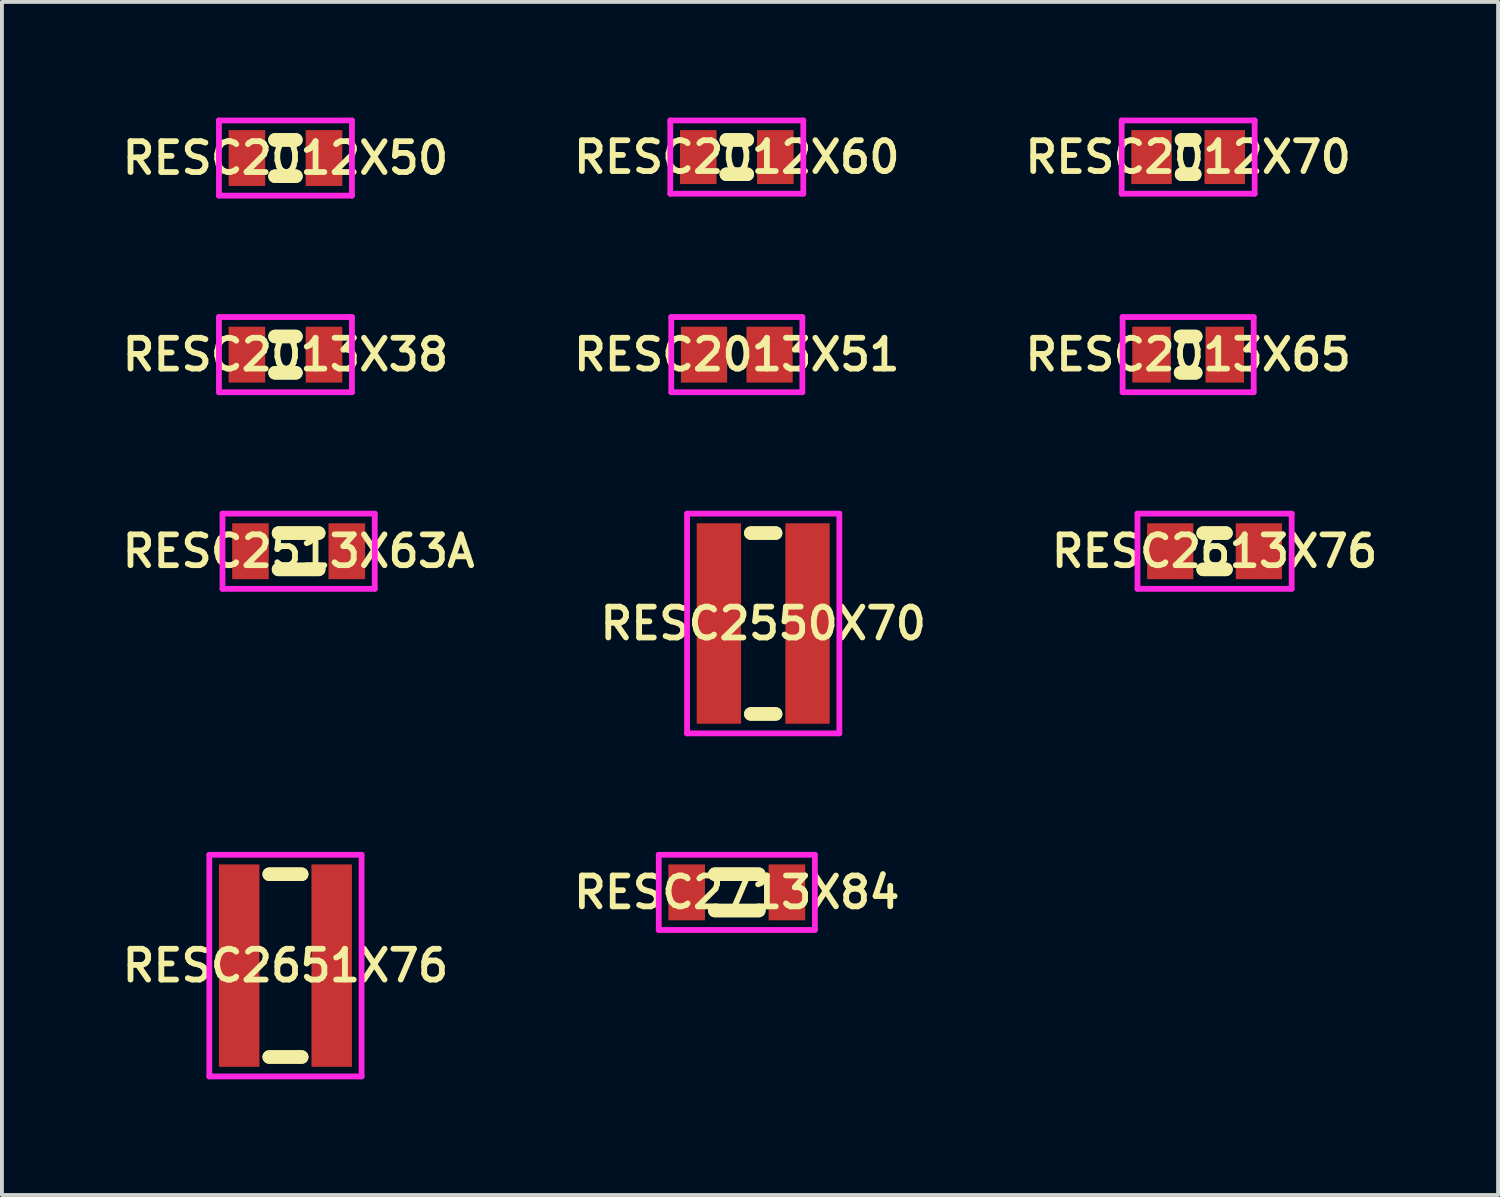
<source format=kicad_pcb>
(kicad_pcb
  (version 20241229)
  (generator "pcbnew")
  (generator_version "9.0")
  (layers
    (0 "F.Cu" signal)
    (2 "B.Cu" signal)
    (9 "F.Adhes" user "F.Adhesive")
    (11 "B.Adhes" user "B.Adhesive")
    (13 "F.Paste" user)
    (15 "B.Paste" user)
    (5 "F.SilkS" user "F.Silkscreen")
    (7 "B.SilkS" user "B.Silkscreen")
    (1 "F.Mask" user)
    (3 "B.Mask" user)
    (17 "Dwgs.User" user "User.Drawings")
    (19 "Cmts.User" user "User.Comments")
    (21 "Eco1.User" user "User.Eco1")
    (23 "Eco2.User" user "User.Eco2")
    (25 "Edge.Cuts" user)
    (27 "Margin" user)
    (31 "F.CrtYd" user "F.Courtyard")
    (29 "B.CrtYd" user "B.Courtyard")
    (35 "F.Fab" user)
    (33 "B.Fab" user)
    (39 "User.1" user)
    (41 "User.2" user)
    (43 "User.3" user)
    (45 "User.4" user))
  (footprint "RESC2713X84"
    (layer "F.Cu")
    (at 16.064 20.1)
    (property "Reference" "RESC2713X84" (at 0 0 0) (layer "F.SilkS") (effects (font (size 0.8 0.8) (thickness 0.15))))
    (attr smd)
    (fp_line (start -0.571 -0.471) (end 0.571 -0.471) (stroke (width 0.35) (type solid)) (layer "F.SilkS"))
    (fp_line (start -0.571 0.471) (end 0.571 0.471) (stroke (width 0.35) (type solid)) (layer "F.SilkS"))
    (fp_line (start 0.571 -0.471) (end -0.571 -0.471) (stroke (width 0.35) (type solid)) (layer "F.SilkS"))
    (fp_line (start 0.571 0.471) (end -0.571 0.471) (stroke (width 0.35) (type solid)) (layer "F.SilkS"))
    (fp_line (start -2.025 -0.975) (end 2.025 -0.975) (stroke (width 0.15) (type solid)) (layer "F.CrtYd"))
    (fp_line (start -2.025 0.975) (end -2.025 -0.975) (stroke (width 0.15) (type solid)) (layer "F.CrtYd"))
    (fp_line (start 2.025 -0.975) (end 2.025 0.975) (stroke (width 0.15) (type solid)) (layer "F.CrtYd"))
    (fp_line (start 2.025 0.975) (end -2.025 0.975) (stroke (width 0.15) (type solid)) (layer "F.CrtYd"))
    (pad "1" smd rect (at -1.3 0) (size 0.95 1.45) (layers "F.Cu" "F.Mask" "F.Paste"))
    (pad "2" smd rect (at 1.3 0) (size 0.95 1.45) (layers "F.Cu" "F.Mask" "F.Paste")))
  (footprint "RESC2613X76"
    (layer "F.Cu")
    (at 28.458 11.25)
    (property "Reference" "RESC2613X76" (at 0 0 0) (layer "F.SilkS") (effects (font (size 0.8 0.8) (thickness 0.15))))
    (attr smd)
    (fp_line (start -0.296 -0.471) (end 0.296 -0.471) (stroke (width 0.35) (type solid)) (layer "F.SilkS"))
    (fp_line (start -0.296 0.471) (end 0.296 0.471) (stroke (width 0.35) (type solid)) (layer "F.SilkS"))
    (fp_line (start 0.296 -0.471) (end -0.296 -0.471) (stroke (width 0.35) (type solid)) (layer "F.SilkS"))
    (fp_line (start 0.296 0.471) (end -0.296 0.471) (stroke (width 0.35) (type solid)) (layer "F.SilkS"))
    (fp_line (start -2 -0.975) (end 2 -0.975) (stroke (width 0.15) (type solid)) (layer "F.CrtYd"))
    (fp_line (start -2 0.975) (end -2 -0.975) (stroke (width 0.15) (type solid)) (layer "F.CrtYd"))
    (fp_line (start 2 -0.975) (end 2 0.975) (stroke (width 0.15) (type solid)) (layer "F.CrtYd"))
    (fp_line (start 2 0.975) (end -2 0.975) (stroke (width 0.15) (type solid)) (layer "F.CrtYd"))
    (pad "1" smd rect (at -1.15 0) (size 1.2 1.45) (layers "F.Cu" "F.Mask" "F.Paste"))
    (pad "2" smd rect (at 1.15 0) (size 1.2 1.45) (layers "F.Cu" "F.Mask" "F.Paste")))
  (footprint "RESC2651X76"
    (layer "F.Cu")
    (at 4.355 22)
    (property "Reference" "RESC2651X76" (at 0 0 0) (layer "F.SilkS") (effects (font (size 0.8 0.8) (thickness 0.15))))
    (attr smd)
    (fp_line (start -0.421 -2.371) (end 0.421 -2.371) (stroke (width 0.35) (type solid)) (layer "F.SilkS"))
    (fp_line (start -0.421 2.371) (end 0.421 2.371) (stroke (width 0.35) (type solid)) (layer "F.SilkS"))
    (fp_line (start 0.421 -2.371) (end -0.421 -2.371) (stroke (width 0.35) (type solid)) (layer "F.SilkS"))
    (fp_line (start 0.421 2.371) (end -0.421 2.371) (stroke (width 0.35) (type solid)) (layer "F.SilkS"))
    (fp_line (start -1.975 -2.875) (end 1.975 -2.875) (stroke (width 0.15) (type solid)) (layer "F.CrtYd"))
    (fp_line (start -1.975 2.875) (end -1.975 -2.875) (stroke (width 0.15) (type solid)) (layer "F.CrtYd"))
    (fp_line (start 1.975 -2.875) (end 1.975 2.875) (stroke (width 0.15) (type solid)) (layer "F.CrtYd"))
    (fp_line (start 1.975 2.875) (end -1.975 2.875) (stroke (width 0.15) (type solid)) (layer "F.CrtYd"))
    (pad "1" smd rect (at -1.2 0) (size 1.05 5.25) (layers "F.Cu" "F.Mask" "F.Paste"))
    (pad "2" smd rect (at 1.2 0) (size 1.05 5.25) (layers "F.Cu" "F.Mask" "F.Paste")))
  (footprint "RESC2513X63A"
    (layer "F.Cu")
    (at 4.697 11.25)
    (property "Reference" "RESC2513X63A" (at 0 0 0) (layer "F.SilkS") (effects (font (size 0.8 0.8) (thickness 0.15))))
    (attr smd)
    (fp_line (start -0.521 -0.471) (end 0.521 -0.471) (stroke (width 0.35) (type solid)) (layer "F.SilkS"))
    (fp_line (start -0.521 0.471) (end 0.521 0.471) (stroke (width 0.35) (type solid)) (layer "F.SilkS"))
    (fp_line (start 0.521 -0.471) (end -0.521 -0.471) (stroke (width 0.35) (type solid)) (layer "F.SilkS"))
    (fp_line (start 0.521 0.471) (end -0.521 0.471) (stroke (width 0.35) (type solid)) (layer "F.SilkS"))
    (fp_line (start -1.975 -0.975) (end 1.975 -0.975) (stroke (width 0.15) (type solid)) (layer "F.CrtYd"))
    (fp_line (start -1.975 0.975) (end -1.975 -0.975) (stroke (width 0.15) (type solid)) (layer "F.CrtYd"))
    (fp_line (start 1.975 -0.975) (end 1.975 0.975) (stroke (width 0.15) (type solid)) (layer "F.CrtYd"))
    (fp_line (start 1.975 0.975) (end -1.975 0.975) (stroke (width 0.15) (type solid)) (layer "F.CrtYd"))
    (pad "1" smd rect (at -1.25 0) (size 0.95 1.45) (layers "F.Cu" "F.Mask" "F.Paste"))
    (pad "2" smd rect (at 1.25 0) (size 0.95 1.45) (layers "F.Cu" "F.Mask" "F.Paste")))
  (footprint "RESC2550X70"
    (layer "F.Cu")
    (at 16.749 13.125)
    (property "Reference" "RESC2550X70" (at 0 0 0) (layer "F.SilkS") (effects (font (size 0.8 0.8) (thickness 0.15))))
    (attr smd)
    (fp_line (start -0.321 -2.346) (end 0.321 -2.346) (stroke (width 0.35) (type solid)) (layer "F.SilkS"))
    (fp_line (start -0.321 2.346) (end 0.321 2.346) (stroke (width 0.35) (type solid)) (layer "F.SilkS"))
    (fp_line (start 0.321 -2.346) (end -0.321 -2.346) (stroke (width 0.35) (type solid)) (layer "F.SilkS"))
    (fp_line (start 0.321 2.346) (end -0.321 2.346) (stroke (width 0.35) (type solid)) (layer "F.SilkS"))
    (fp_line (start -1.975 -2.85) (end 1.975 -2.85) (stroke (width 0.15) (type solid)) (layer "F.CrtYd"))
    (fp_line (start -1.975 2.85) (end -1.975 -2.85) (stroke (width 0.15) (type solid)) (layer "F.CrtYd"))
    (fp_line (start 1.975 -2.85) (end 1.975 2.85) (stroke (width 0.15) (type solid)) (layer "F.CrtYd"))
    (fp_line (start 1.975 2.85) (end -1.975 2.85) (stroke (width 0.15) (type solid)) (layer "F.CrtYd"))
    (pad "1" smd rect (at -1.15 0) (size 1.15 5.2) (layers "F.Cu" "F.Mask" "F.Paste"))
    (pad "2" smd rect (at 1.15 0) (size 1.15 5.2) (layers "F.Cu" "F.Mask" "F.Paste")))
  (footprint "RESC2012X70"
    (layer "F.Cu")
    (at 27.773 1.025)
    (property "Reference" "RESC2012X70" (at 0 0 0) (layer "F.SilkS") (effects (font (size 0.8 0.8) (thickness 0.15))))
    (attr smd)
    (fp_line (start -0.171 -0.446) (end 0.171 -0.446) (stroke (width 0.35) (type solid)) (layer "F.SilkS"))
    (fp_line (start -0.171 0.446) (end 0.171 0.446) (stroke (width 0.35) (type solid)) (layer "F.SilkS"))
    (fp_line (start 0.171 -0.446) (end -0.171 -0.446) (stroke (width 0.35) (type solid)) (layer "F.SilkS"))
    (fp_line (start 0.171 0.446) (end -0.171 0.446) (stroke (width 0.35) (type solid)) (layer "F.SilkS"))
    (fp_line (start -1.725 -0.95) (end 1.725 -0.95) (stroke (width 0.15) (type solid)) (layer "F.CrtYd"))
    (fp_line (start -1.725 0.95) (end -1.725 -0.95) (stroke (width 0.15) (type solid)) (layer "F.CrtYd"))
    (fp_line (start 1.725 -0.95) (end 1.725 0.95) (stroke (width 0.15) (type solid)) (layer "F.CrtYd"))
    (fp_line (start 1.725 0.95) (end -1.725 0.95) (stroke (width 0.15) (type solid)) (layer "F.CrtYd"))
    (pad "1" smd rect (at -0.95 0) (size 1.05 1.4) (layers "F.Cu" "F.Mask" "F.Paste"))
    (pad "2" smd rect (at 0.95 0) (size 1.05 1.4) (layers "F.Cu" "F.Mask" "F.Paste")))
  (footprint "RESC2012X50"
    (layer "F.Cu")
    (at 4.355 1.05)
    (property "Reference" "RESC2012X50" (at 0 0 0) (layer "F.SilkS") (effects (font (size 0.8 0.8) (thickness 0.15))))
    (attr smd)
    (fp_line (start -0.271 -0.471) (end 0.271 -0.471) (stroke (width 0.35) (type solid)) (layer "F.SilkS"))
    (fp_line (start -0.271 0.471) (end 0.271 0.471) (stroke (width 0.35) (type solid)) (layer "F.SilkS"))
    (fp_line (start 0.271 -0.471) (end -0.271 -0.471) (stroke (width 0.35) (type solid)) (layer "F.SilkS"))
    (fp_line (start 0.271 0.471) (end -0.271 0.471) (stroke (width 0.35) (type solid)) (layer "F.SilkS"))
    (fp_line (start -1.725 -0.975) (end 1.725 -0.975) (stroke (width 0.15) (type solid)) (layer "F.CrtYd"))
    (fp_line (start -1.725 0.975) (end -1.725 -0.975) (stroke (width 0.15) (type solid)) (layer "F.CrtYd"))
    (fp_line (start 1.725 -0.975) (end 1.725 0.975) (stroke (width 0.15) (type solid)) (layer "F.CrtYd"))
    (fp_line (start 1.725 0.975) (end -1.725 0.975) (stroke (width 0.15) (type solid)) (layer "F.CrtYd"))
    (pad "1" smd rect (at -1 0) (size 0.95 1.45) (layers "F.Cu" "F.Mask" "F.Paste"))
    (pad "2" smd rect (at 1 0) (size 0.95 1.45) (layers "F.Cu" "F.Mask" "F.Paste")))
  (footprint "RESC2013X38"
    (layer "F.Cu")
    (at 4.355 6.15)
    (property "Reference" "RESC2013X38" (at 0 0 0) (layer "F.SilkS") (effects (font (size 0.8 0.8) (thickness 0.15))))
    (attr smd)
    (fp_line (start -0.271 -0.471) (end 0.271 -0.471) (stroke (width 0.35) (type solid)) (layer "F.SilkS"))
    (fp_line (start -0.271 0.471) (end 0.271 0.471) (stroke (width 0.35) (type solid)) (layer "F.SilkS"))
    (fp_line (start 0.271 -0.471) (end -0.271 -0.471) (stroke (width 0.35) (type solid)) (layer "F.SilkS"))
    (fp_line (start 0.271 0.471) (end -0.271 0.471) (stroke (width 0.35) (type solid)) (layer "F.SilkS"))
    (fp_line (start -1.725 -0.975) (end 1.725 -0.975) (stroke (width 0.15) (type solid)) (layer "F.CrtYd"))
    (fp_line (start -1.725 0.975) (end -1.725 -0.975) (stroke (width 0.15) (type solid)) (layer "F.CrtYd"))
    (fp_line (start 1.725 -0.975) (end 1.725 0.975) (stroke (width 0.15) (type solid)) (layer "F.CrtYd"))
    (fp_line (start 1.725 0.975) (end -1.725 0.975) (stroke (width 0.15) (type solid)) (layer "F.CrtYd"))
    (pad "1" smd rect (at -1 0) (size 0.95 1.45) (layers "F.Cu" "F.Mask" "F.Paste"))
    (pad "2" smd rect (at 1 0) (size 0.95 1.45) (layers "F.Cu" "F.Mask" "F.Paste")))
  (footprint "RESC2013X65"
    (layer "F.Cu")
    (at 27.773 6.15)
    (property "Reference" "RESC2013X65" (at 0 0 0) (layer "F.SilkS") (effects (font (size 0.8 0.8) (thickness 0.15))))
    (attr smd)
    (fp_line (start -0.196 -0.471) (end 0.196 -0.471) (stroke (width 0.35) (type solid)) (layer "F.SilkS"))
    (fp_line (start -0.196 0.471) (end 0.196 0.471) (stroke (width 0.35) (type solid)) (layer "F.SilkS"))
    (fp_line (start 0.196 -0.471) (end -0.196 -0.471) (stroke (width 0.35) (type solid)) (layer "F.SilkS"))
    (fp_line (start 0.196 0.471) (end -0.196 0.471) (stroke (width 0.35) (type solid)) (layer "F.SilkS"))
    (fp_line (start -1.7 -0.975) (end 1.7 -0.975) (stroke (width 0.15) (type solid)) (layer "F.CrtYd"))
    (fp_line (start -1.7 0.975) (end -1.7 -0.975) (stroke (width 0.15) (type solid)) (layer "F.CrtYd"))
    (fp_line (start 1.7 -0.975) (end 1.7 0.975) (stroke (width 0.15) (type solid)) (layer "F.CrtYd"))
    (fp_line (start 1.7 0.975) (end -1.7 0.975) (stroke (width 0.15) (type solid)) (layer "F.CrtYd"))
    (pad "1" smd rect (at -0.95 0) (size 1 1.45) (layers "F.Cu" "F.Mask" "F.Paste"))
    (pad "2" smd rect (at 0.95 0) (size 1 1.45) (layers "F.Cu" "F.Mask" "F.Paste")))
  (footprint "RESC2013X51"
    (layer "F.Cu")
    (at 16.064 6.15)
    (property "Reference" "RESC2013X51" (at 0 0 0) (layer "F.SilkS") (effects (font (size 0.8 0.8) (thickness 0.15))))
    (attr smd)
    (fp_line (start -1.7 -0.975) (end 1.7 -0.975) (stroke (width 0.15) (type solid)) (layer "F.CrtYd"))
    (fp_line (start -1.7 0.975) (end -1.7 -0.975) (stroke (width 0.15) (type solid)) (layer "F.CrtYd"))
    (fp_line (start 1.7 -0.975) (end 1.7 0.975) (stroke (width 0.15) (type solid)) (layer "F.CrtYd"))
    (fp_line (start 1.7 0.975) (end -1.7 0.975) (stroke (width 0.15) (type solid)) (layer "F.CrtYd"))
    (pad "1" smd rect (at -0.85 0) (size 1.2 1.45) (layers "F.Cu" "F.Mask" "F.Paste"))
    (pad "2" smd rect (at 0.85 0) (size 1.2 1.45) (layers "F.Cu" "F.Mask" "F.Paste")))
  (footprint "RESC2012X60"
    (layer "F.Cu")
    (at 16.064 1.025)
    (property "Reference" "RESC2012X60" (at 0 0 0) (layer "F.SilkS") (effects (font (size 0.8 0.8) (thickness 0.15))))
    (attr smd)
    (fp_line (start -0.271 -0.446) (end 0.271 -0.446) (stroke (width 0.35) (type solid)) (layer "F.SilkS"))
    (fp_line (start -0.271 0.446) (end 0.271 0.446) (stroke (width 0.35) (type solid)) (layer "F.SilkS"))
    (fp_line (start 0.271 -0.446) (end -0.271 -0.446) (stroke (width 0.35) (type solid)) (layer "F.SilkS"))
    (fp_line (start 0.271 0.446) (end -0.271 0.446) (stroke (width 0.35) (type solid)) (layer "F.SilkS"))
    (fp_line (start -1.725 -0.95) (end 1.725 -0.95) (stroke (width 0.15) (type solid)) (layer "F.CrtYd"))
    (fp_line (start -1.725 0.95) (end -1.725 -0.95) (stroke (width 0.15) (type solid)) (layer "F.CrtYd"))
    (fp_line (start 1.725 -0.95) (end 1.725 0.95) (stroke (width 0.15) (type solid)) (layer "F.CrtYd"))
    (fp_line (start 1.725 0.95) (end -1.725 0.95) (stroke (width 0.15) (type solid)) (layer "F.CrtYd"))
    (pad "1" smd rect (at -1 0) (size 0.95 1.4) (layers "F.Cu" "F.Mask" "F.Paste"))
    (pad "2" smd rect (at 1 0) (size 0.95 1.4) (layers "F.Cu" "F.Mask" "F.Paste")))
  (gr_rect
    (start -3 -3)
    (end 35.813 27.95)
    (stroke (width 0.1) (type default))
    (fill no)
    (layer "Edge.Cuts")))
</source>
